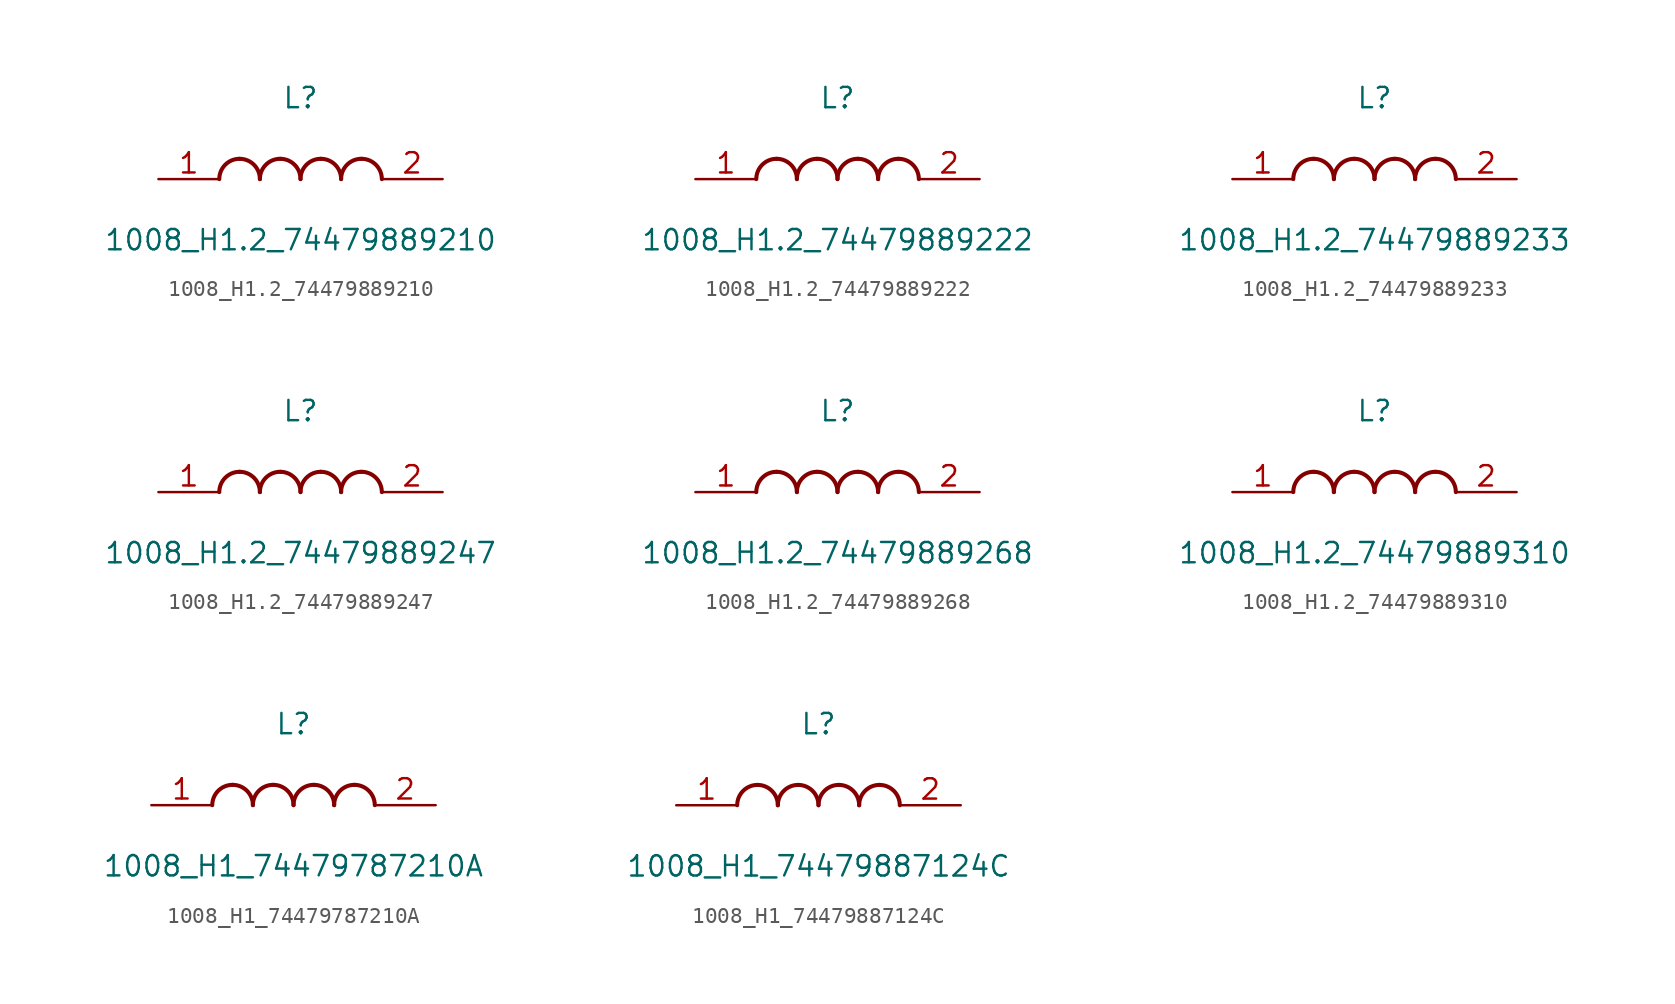
<source format=kicad_sym>
(kicad_symbol_lib
  (version 20211014)
  (generator kicad_symbol_editor)
  (symbol "Inductor_Wurth_WE-PMI:1008_H1.2_74479889210"
    (pin_names hide)
    (property "Reference" "L"
      (at 0 5.08 0)
      (effects (font (size 1.27 1.27))))
    (property "Value" "1008_H1.2_74479889210"
      (at 0 -3.81 0)
      (effects (font (size 1.27 1.27))))
    (symbol "1008_H1.2_74479889210_0_1"
      (arc (start -3.81 1.27) (mid -4.708 0.898) (end -5.08 0) (stroke (width 0.254) (type default) (color 0 0 0 0)) (fill (type none)))
      (arc (start -2.54 0) (mid -2.912 0.898) (end -3.81 1.27) (stroke (width 0.254) (type default) (color 0 0 0 0)) (fill (type none)))
      (arc (start -1.2699 1.2701) (mid -2.1679 0.8981) (end -2.5399 0.0001) (stroke (width 0.254) (type default) (color 0 0 0 0)) (fill (type none)))
      (arc (start 0.0001 0.0001) (mid -0.3719 0.8981) (end -1.2699 1.2701) (stroke (width 0.254) (type default) (color 0 0 0 0)) (fill (type none)))
      (arc (start 1.2701 1.2701) (mid 0.3721 0.8981) (end 0.0001 0.0001) (stroke (width 0.254) (type default) (color 0 0 0 0)) (fill (type none)))
      (arc (start 2.5401 0.0001) (mid 2.1681 0.8981) (end 1.2701 1.2701) (stroke (width 0.254) (type default) (color 0 0 0 0)) (fill (type none)))
      (arc (start 3.8101 1.2701) (mid 2.9121 0.8981) (end 2.5401 0.0001) (stroke (width 0.254) (type default) (color 0 0 0 0)) (fill (type none)))
      (arc (start 5.0801 0.0001) (mid 4.7081 0.8981) (end 3.8101 1.2701) (stroke (width 0.254) (type default) (color 0 0 0 0)) (fill (type none))))
    (symbol "1008_H1.2_74479889210_1_1"
      (pin passive line (at -8.89 0 0) (length 3.81) (name "1" (effects (font (size 1.27 1.27)))) (number "1" (effects (font (size 1.27 1.27)))))
      (pin passive line (at 8.89 0 180) (length 3.81) (name "2" (effects (font (size 1.27 1.27)))) (number "2" (effects (font (size 1.27 1.27)))))))
  (symbol "Inductor_Wurth_WE-PMI:1008_H1.2_74479889222"
    (pin_names hide)
    (property "Reference" "L"
      (at 0 5.08 0)
      (effects (font (size 1.27 1.27))))
    (property "Value" "1008_H1.2_74479889222"
      (at 0 -3.81 0)
      (effects (font (size 1.27 1.27))))
    (symbol "1008_H1.2_74479889222_0_1"
      (arc (start -3.81 1.27) (mid -4.708 0.898) (end -5.08 0) (stroke (width 0.254) (type default) (color 0 0 0 0)) (fill (type none)))
      (arc (start -2.54 0) (mid -2.912 0.898) (end -3.81 1.27) (stroke (width 0.254) (type default) (color 0 0 0 0)) (fill (type none)))
      (arc (start -1.2699 1.2701) (mid -2.1679 0.8981) (end -2.5399 0.0001) (stroke (width 0.254) (type default) (color 0 0 0 0)) (fill (type none)))
      (arc (start 0.0001 0.0001) (mid -0.3719 0.8981) (end -1.2699 1.2701) (stroke (width 0.254) (type default) (color 0 0 0 0)) (fill (type none)))
      (arc (start 1.2701 1.2701) (mid 0.3721 0.8981) (end 0.0001 0.0001) (stroke (width 0.254) (type default) (color 0 0 0 0)) (fill (type none)))
      (arc (start 2.5401 0.0001) (mid 2.1681 0.8981) (end 1.2701 1.2701) (stroke (width 0.254) (type default) (color 0 0 0 0)) (fill (type none)))
      (arc (start 3.8101 1.2701) (mid 2.9121 0.8981) (end 2.5401 0.0001) (stroke (width 0.254) (type default) (color 0 0 0 0)) (fill (type none)))
      (arc (start 5.0801 0.0001) (mid 4.7081 0.8981) (end 3.8101 1.2701) (stroke (width 0.254) (type default) (color 0 0 0 0)) (fill (type none))))
    (symbol "1008_H1.2_74479889222_1_1"
      (pin passive line (at -8.89 0 0) (length 3.81) (name "1" (effects (font (size 1.27 1.27)))) (number "1" (effects (font (size 1.27 1.27)))))
      (pin passive line (at 8.89 0 180) (length 3.81) (name "2" (effects (font (size 1.27 1.27)))) (number "2" (effects (font (size 1.27 1.27)))))))
  (symbol "Inductor_Wurth_WE-PMI:1008_H1.2_74479889233"
    (pin_names hide)
    (property "Reference" "L"
      (at 0 5.08 0)
      (effects (font (size 1.27 1.27))))
    (property "Value" "1008_H1.2_74479889233"
      (at 0 -3.81 0)
      (effects (font (size 1.27 1.27))))
    (symbol "1008_H1.2_74479889233_0_1"
      (arc (start -3.81 1.27) (mid -4.708 0.898) (end -5.08 0) (stroke (width 0.254) (type default) (color 0 0 0 0)) (fill (type none)))
      (arc (start -2.54 0) (mid -2.912 0.898) (end -3.81 1.27) (stroke (width 0.254) (type default) (color 0 0 0 0)) (fill (type none)))
      (arc (start -1.2699 1.2701) (mid -2.1679 0.8981) (end -2.5399 0.0001) (stroke (width 0.254) (type default) (color 0 0 0 0)) (fill (type none)))
      (arc (start 0.0001 0.0001) (mid -0.3719 0.8981) (end -1.2699 1.2701) (stroke (width 0.254) (type default) (color 0 0 0 0)) (fill (type none)))
      (arc (start 1.2701 1.2701) (mid 0.3721 0.8981) (end 0.0001 0.0001) (stroke (width 0.254) (type default) (color 0 0 0 0)) (fill (type none)))
      (arc (start 2.5401 0.0001) (mid 2.1681 0.8981) (end 1.2701 1.2701) (stroke (width 0.254) (type default) (color 0 0 0 0)) (fill (type none)))
      (arc (start 3.8101 1.2701) (mid 2.9121 0.8981) (end 2.5401 0.0001) (stroke (width 0.254) (type default) (color 0 0 0 0)) (fill (type none)))
      (arc (start 5.0801 0.0001) (mid 4.7081 0.8981) (end 3.8101 1.2701) (stroke (width 0.254) (type default) (color 0 0 0 0)) (fill (type none))))
    (symbol "1008_H1.2_74479889233_1_1"
      (pin passive line (at -8.89 0 0) (length 3.81) (name "1" (effects (font (size 1.27 1.27)))) (number "1" (effects (font (size 1.27 1.27)))))
      (pin passive line (at 8.89 0 180) (length 3.81) (name "2" (effects (font (size 1.27 1.27)))) (number "2" (effects (font (size 1.27 1.27)))))))
  (symbol "Inductor_Wurth_WE-PMI:1008_H1.2_74479889247"
    (pin_names hide)
    (property "Reference" "L"
      (at 0 5.08 0)
      (effects (font (size 1.27 1.27))))
    (property "Value" "1008_H1.2_74479889247"
      (at 0 -3.81 0)
      (effects (font (size 1.27 1.27))))
    (symbol "1008_H1.2_74479889247_0_1"
      (arc (start -3.81 1.27) (mid -4.708 0.898) (end -5.08 0) (stroke (width 0.254) (type default) (color 0 0 0 0)) (fill (type none)))
      (arc (start -2.54 0) (mid -2.912 0.898) (end -3.81 1.27) (stroke (width 0.254) (type default) (color 0 0 0 0)) (fill (type none)))
      (arc (start -1.2699 1.2701) (mid -2.1679 0.8981) (end -2.5399 0.0001) (stroke (width 0.254) (type default) (color 0 0 0 0)) (fill (type none)))
      (arc (start 0.0001 0.0001) (mid -0.3719 0.8981) (end -1.2699 1.2701) (stroke (width 0.254) (type default) (color 0 0 0 0)) (fill (type none)))
      (arc (start 1.2701 1.2701) (mid 0.3721 0.8981) (end 0.0001 0.0001) (stroke (width 0.254) (type default) (color 0 0 0 0)) (fill (type none)))
      (arc (start 2.5401 0.0001) (mid 2.1681 0.8981) (end 1.2701 1.2701) (stroke (width 0.254) (type default) (color 0 0 0 0)) (fill (type none)))
      (arc (start 3.8101 1.2701) (mid 2.9121 0.8981) (end 2.5401 0.0001) (stroke (width 0.254) (type default) (color 0 0 0 0)) (fill (type none)))
      (arc (start 5.0801 0.0001) (mid 4.7081 0.8981) (end 3.8101 1.2701) (stroke (width 0.254) (type default) (color 0 0 0 0)) (fill (type none))))
    (symbol "1008_H1.2_74479889247_1_1"
      (pin passive line (at -8.89 0 0) (length 3.81) (name "1" (effects (font (size 1.27 1.27)))) (number "1" (effects (font (size 1.27 1.27)))))
      (pin passive line (at 8.89 0 180) (length 3.81) (name "2" (effects (font (size 1.27 1.27)))) (number "2" (effects (font (size 1.27 1.27)))))))
  (symbol "Inductor_Wurth_WE-PMI:1008_H1.2_74479889268"
    (pin_names hide)
    (property "Reference" "L"
      (at 0 5.08 0)
      (effects (font (size 1.27 1.27))))
    (property "Value" "1008_H1.2_74479889268"
      (at 0 -3.81 0)
      (effects (font (size 1.27 1.27))))
    (symbol "1008_H1.2_74479889268_0_1"
      (arc (start -3.81 1.27) (mid -4.708 0.898) (end -5.08 0) (stroke (width 0.254) (type default) (color 0 0 0 0)) (fill (type none)))
      (arc (start -2.54 0) (mid -2.912 0.898) (end -3.81 1.27) (stroke (width 0.254) (type default) (color 0 0 0 0)) (fill (type none)))
      (arc (start -1.2699 1.2701) (mid -2.1679 0.8981) (end -2.5399 0.0001) (stroke (width 0.254) (type default) (color 0 0 0 0)) (fill (type none)))
      (arc (start 0.0001 0.0001) (mid -0.3719 0.8981) (end -1.2699 1.2701) (stroke (width 0.254) (type default) (color 0 0 0 0)) (fill (type none)))
      (arc (start 1.2701 1.2701) (mid 0.3721 0.8981) (end 0.0001 0.0001) (stroke (width 0.254) (type default) (color 0 0 0 0)) (fill (type none)))
      (arc (start 2.5401 0.0001) (mid 2.1681 0.8981) (end 1.2701 1.2701) (stroke (width 0.254) (type default) (color 0 0 0 0)) (fill (type none)))
      (arc (start 3.8101 1.2701) (mid 2.9121 0.8981) (end 2.5401 0.0001) (stroke (width 0.254) (type default) (color 0 0 0 0)) (fill (type none)))
      (arc (start 5.0801 0.0001) (mid 4.7081 0.8981) (end 3.8101 1.2701) (stroke (width 0.254) (type default) (color 0 0 0 0)) (fill (type none))))
    (symbol "1008_H1.2_74479889268_1_1"
      (pin passive line (at -8.89 0 0) (length 3.81) (name "1" (effects (font (size 1.27 1.27)))) (number "1" (effects (font (size 1.27 1.27)))))
      (pin passive line (at 8.89 0 180) (length 3.81) (name "2" (effects (font (size 1.27 1.27)))) (number "2" (effects (font (size 1.27 1.27)))))))
  (symbol "Inductor_Wurth_WE-PMI:1008_H1.2_74479889310"
    (pin_names hide)
    (property "Reference" "L"
      (at 0 5.08 0)
      (effects (font (size 1.27 1.27))))
    (property "Value" "1008_H1.2_74479889310"
      (at 0 -3.81 0)
      (effects (font (size 1.27 1.27))))
    (symbol "1008_H1.2_74479889310_0_1"
      (arc (start -3.81 1.27) (mid -4.708 0.898) (end -5.08 0) (stroke (width 0.254) (type default) (color 0 0 0 0)) (fill (type none)))
      (arc (start -2.54 0) (mid -2.912 0.898) (end -3.81 1.27) (stroke (width 0.254) (type default) (color 0 0 0 0)) (fill (type none)))
      (arc (start -1.2699 1.2701) (mid -2.1679 0.8981) (end -2.5399 0.0001) (stroke (width 0.254) (type default) (color 0 0 0 0)) (fill (type none)))
      (arc (start 0.0001 0.0001) (mid -0.3719 0.8981) (end -1.2699 1.2701) (stroke (width 0.254) (type default) (color 0 0 0 0)) (fill (type none)))
      (arc (start 1.2701 1.2701) (mid 0.3721 0.8981) (end 0.0001 0.0001) (stroke (width 0.254) (type default) (color 0 0 0 0)) (fill (type none)))
      (arc (start 2.5401 0.0001) (mid 2.1681 0.8981) (end 1.2701 1.2701) (stroke (width 0.254) (type default) (color 0 0 0 0)) (fill (type none)))
      (arc (start 3.8101 1.2701) (mid 2.9121 0.8981) (end 2.5401 0.0001) (stroke (width 0.254) (type default) (color 0 0 0 0)) (fill (type none)))
      (arc (start 5.0801 0.0001) (mid 4.7081 0.8981) (end 3.8101 1.2701) (stroke (width 0.254) (type default) (color 0 0 0 0)) (fill (type none))))
    (symbol "1008_H1.2_74479889310_1_1"
      (pin passive line (at -8.89 0 0) (length 3.81) (name "1" (effects (font (size 1.27 1.27)))) (number "1" (effects (font (size 1.27 1.27)))))
      (pin passive line (at 8.89 0 180) (length 3.81) (name "2" (effects (font (size 1.27 1.27)))) (number "2" (effects (font (size 1.27 1.27)))))))
  (symbol "Inductor_Wurth_WE-PMI:1008_H1_74479787210A"
    (pin_names hide)
    (property "Reference" "L"
      (at 0 5.08 0)
      (effects (font (size 1.27 1.27))))
    (property "Value" "1008_H1_74479787210A"
      (at 0 -3.81 0)
      (effects (font (size 1.27 1.27))))
    (symbol "1008_H1_74479787210A_0_1"
      (arc (start -3.81 1.27) (mid -4.708 0.898) (end -5.08 0) (stroke (width 0.254) (type default) (color 0 0 0 0)) (fill (type none)))
      (arc (start -2.54 0) (mid -2.912 0.898) (end -3.81 1.27) (stroke (width 0.254) (type default) (color 0 0 0 0)) (fill (type none)))
      (arc (start -1.2699 1.2701) (mid -2.1679 0.8981) (end -2.5399 0.0001) (stroke (width 0.254) (type default) (color 0 0 0 0)) (fill (type none)))
      (arc (start 0.0001 0.0001) (mid -0.3719 0.8981) (end -1.2699 1.2701) (stroke (width 0.254) (type default) (color 0 0 0 0)) (fill (type none)))
      (arc (start 1.2701 1.2701) (mid 0.3721 0.8981) (end 0.0001 0.0001) (stroke (width 0.254) (type default) (color 0 0 0 0)) (fill (type none)))
      (arc (start 2.5401 0.0001) (mid 2.1681 0.8981) (end 1.2701 1.2701) (stroke (width 0.254) (type default) (color 0 0 0 0)) (fill (type none)))
      (arc (start 3.8101 1.2701) (mid 2.9121 0.8981) (end 2.5401 0.0001) (stroke (width 0.254) (type default) (color 0 0 0 0)) (fill (type none)))
      (arc (start 5.0801 0.0001) (mid 4.7081 0.8981) (end 3.8101 1.2701) (stroke (width 0.254) (type default) (color 0 0 0 0)) (fill (type none))))
    (symbol "1008_H1_74479787210A_1_1"
      (pin passive line (at -8.89 0 0) (length 3.81) (name "1" (effects (font (size 1.27 1.27)))) (number "1" (effects (font (size 1.27 1.27)))))
      (pin passive line (at 8.89 0 180) (length 3.81) (name "2" (effects (font (size 1.27 1.27)))) (number "2" (effects (font (size 1.27 1.27)))))))
  (symbol "Inductor_Wurth_WE-PMI:1008_H1_74479887124C"
    (pin_names hide)
    (property "Reference" "L"
      (at 0 5.08 0)
      (effects (font (size 1.27 1.27))))
    (property "Value" "1008_H1_74479887124C"
      (at 0 -3.81 0)
      (effects (font (size 1.27 1.27))))
    (symbol "1008_H1_74479887124C_0_1"
      (arc (start -3.81 1.27) (mid -4.708 0.898) (end -5.08 0) (stroke (width 0.254) (type default) (color 0 0 0 0)) (fill (type none)))
      (arc (start -2.54 0) (mid -2.912 0.898) (end -3.81 1.27) (stroke (width 0.254) (type default) (color 0 0 0 0)) (fill (type none)))
      (arc (start -1.2699 1.2701) (mid -2.1679 0.8981) (end -2.5399 0.0001) (stroke (width 0.254) (type default) (color 0 0 0 0)) (fill (type none)))
      (arc (start 0.0001 0.0001) (mid -0.3719 0.8981) (end -1.2699 1.2701) (stroke (width 0.254) (type default) (color 0 0 0 0)) (fill (type none)))
      (arc (start 1.2701 1.2701) (mid 0.3721 0.8981) (end 0.0001 0.0001) (stroke (width 0.254) (type default) (color 0 0 0 0)) (fill (type none)))
      (arc (start 2.5401 0.0001) (mid 2.1681 0.8981) (end 1.2701 1.2701) (stroke (width 0.254) (type default) (color 0 0 0 0)) (fill (type none)))
      (arc (start 3.8101 1.2701) (mid 2.9121 0.8981) (end 2.5401 0.0001) (stroke (width 0.254) (type default) (color 0 0 0 0)) (fill (type none)))
      (arc (start 5.0801 0.0001) (mid 4.7081 0.8981) (end 3.8101 1.2701) (stroke (width 0.254) (type default) (color 0 0 0 0)) (fill (type none))))
    (symbol "1008_H1_74479887124C_1_1"
      (pin passive line (at -8.89 0 0) (length 3.81) (name "1" (effects (font (size 1.27 1.27)))) (number "1" (effects (font (size 1.27 1.27)))))
      (pin passive line (at 8.89 0 180) (length 3.81) (name "2" (effects (font (size 1.27 1.27)))) (number "2" (effects (font (size 1.27 1.27))))))))
</source>
